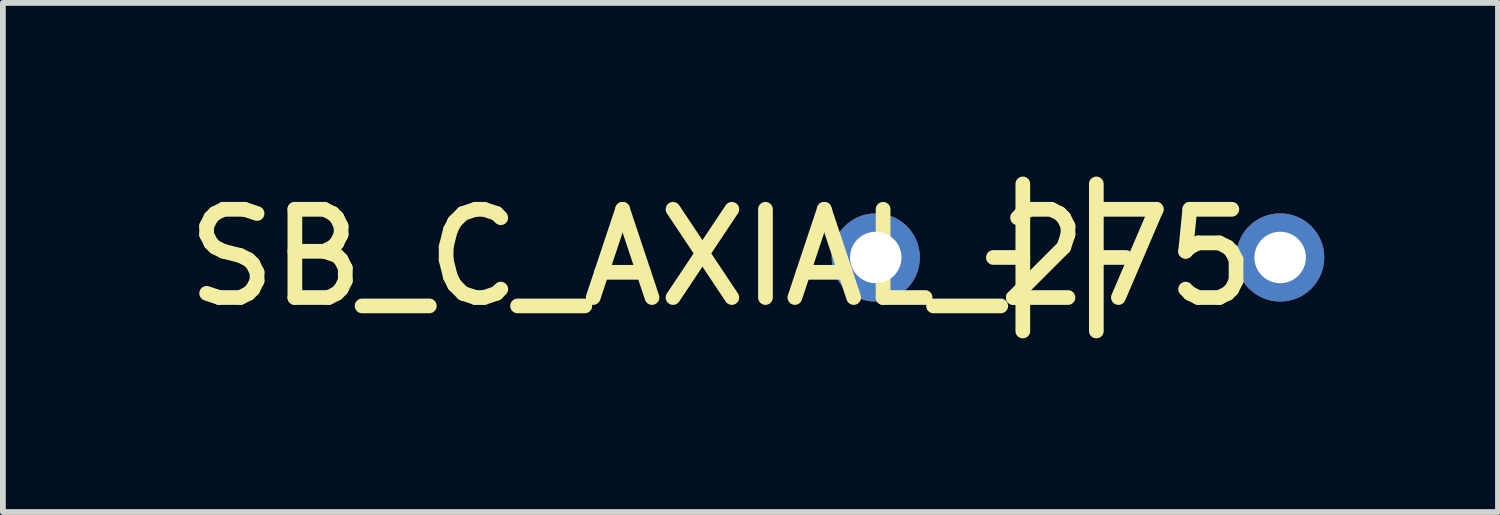
<source format=kicad_pcb>
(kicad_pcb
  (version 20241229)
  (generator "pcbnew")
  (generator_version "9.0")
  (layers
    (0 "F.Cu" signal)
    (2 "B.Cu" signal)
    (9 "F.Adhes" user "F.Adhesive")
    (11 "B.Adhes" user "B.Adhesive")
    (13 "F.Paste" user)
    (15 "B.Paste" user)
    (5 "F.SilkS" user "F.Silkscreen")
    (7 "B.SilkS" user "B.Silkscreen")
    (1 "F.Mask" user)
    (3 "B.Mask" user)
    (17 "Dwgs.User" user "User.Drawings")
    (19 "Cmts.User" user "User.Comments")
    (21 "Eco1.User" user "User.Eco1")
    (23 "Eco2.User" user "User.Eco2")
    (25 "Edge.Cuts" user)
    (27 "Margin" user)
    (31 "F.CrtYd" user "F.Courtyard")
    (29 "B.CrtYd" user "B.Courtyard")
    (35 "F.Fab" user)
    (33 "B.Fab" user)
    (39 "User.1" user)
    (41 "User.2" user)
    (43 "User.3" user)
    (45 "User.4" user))
  (footprint "SB_C_AXIAL_275"
    (layer "F.Cu")
    (at 12.076 1.397)
    (property "Reference" "SB_C_AXIAL_275" (at -2.667 0 0) (layer "F.SilkS") (effects (font (size 1.524 1.524) (thickness 0.254))))
    (attr through_hole)
    (fp_line (start 2.54 -1.27) (end 2.54 1.27) (stroke (width 0.254) (type solid)) (layer "F.SilkS"))
    (fp_line (start 2.54 0) (end 2.032 0) (stroke (width 0.254) (type solid)) (layer "F.SilkS"))
    (fp_line (start 3.81 0) (end 4.318 0) (stroke (width 0.254) (type solid)) (layer "F.SilkS"))
    (fp_line (start 3.81 1.27) (end 3.81 -1.27) (stroke (width 0.254) (type solid)) (layer "F.SilkS"))
    (pad "1" thru_hole circle (at 0 0 270) (size 1.524 1.524) (drill 0.889) (layers "*.Cu" "*.Mask"))
    (pad "2" thru_hole circle (at 6.985 0 270) (size 1.524 1.524) (drill 0.889) (layers "*.Cu" "*.Mask")))
  (gr_rect
    (start -3 -3)
    (end 22.823 5.794)
    (stroke (width 0.1) (type default))
    (fill no)
    (layer "Edge.Cuts")))
</source>
